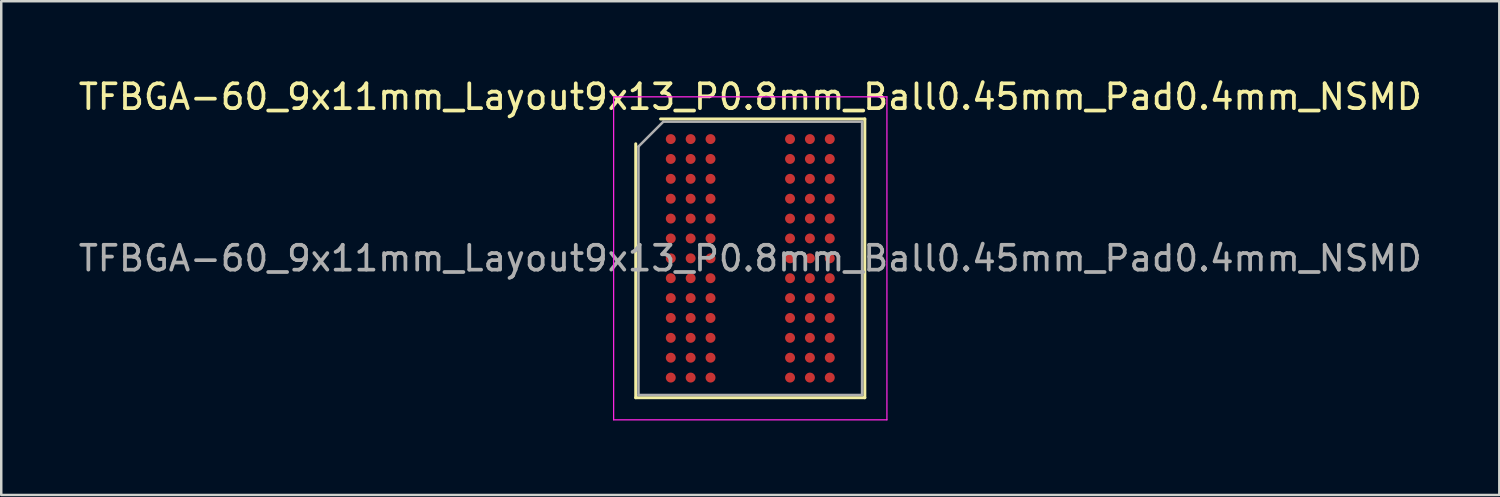
<source format=kicad_pcb>
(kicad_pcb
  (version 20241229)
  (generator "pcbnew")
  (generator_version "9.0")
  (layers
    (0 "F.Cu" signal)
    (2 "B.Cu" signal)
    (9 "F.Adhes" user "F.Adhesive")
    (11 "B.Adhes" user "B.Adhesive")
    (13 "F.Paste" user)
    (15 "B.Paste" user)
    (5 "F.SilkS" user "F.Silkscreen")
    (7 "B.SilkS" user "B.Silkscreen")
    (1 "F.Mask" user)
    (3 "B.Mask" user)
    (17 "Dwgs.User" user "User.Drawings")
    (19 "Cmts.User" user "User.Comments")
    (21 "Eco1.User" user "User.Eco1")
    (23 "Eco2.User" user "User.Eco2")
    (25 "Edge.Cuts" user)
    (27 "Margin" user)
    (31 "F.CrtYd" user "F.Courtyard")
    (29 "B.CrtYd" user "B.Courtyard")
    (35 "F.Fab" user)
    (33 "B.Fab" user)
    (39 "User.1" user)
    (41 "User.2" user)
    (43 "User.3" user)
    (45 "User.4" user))
  (footprint "TFBGA-60_9x11mm_Layout9x13_P0.8mm_Ball0.45mm_Pad0.4mm_NSMD"
    (layer "F.Cu")
    (at 27.149 7.348)
    (property "Reference" "TFBGA-60_9x11mm_Layout9x13_P0.8mm_Ball0.45mm_Pad0.4mm_NSMD" (at 0 -6.5 0) (layer "F.SilkS") (effects (font (size 1 1) (thickness 0.15))))
    (attr smd)
    (fp_line (start -4.61 5.61) (end -4.61 -4.61) (stroke (width 0.12) (type solid)) (layer "F.SilkS"))
    (fp_line (start -3.61 -5.61) (end 4.61 -5.61) (stroke (width 0.12) (type solid)) (layer "F.SilkS"))
    (fp_line (start 4.61 -5.61) (end 4.61 5.61) (stroke (width 0.12) (type solid)) (layer "F.SilkS"))
    (fp_line (start 4.61 5.61) (end -4.61 5.61) (stroke (width 0.12) (type solid)) (layer "F.SilkS"))
    (fp_line (start -5.5 -6.5) (end -5.5 6.5) (stroke (width 0.05) (type solid)) (layer "F.CrtYd"))
    (fp_line (start -5.5 6.5) (end 5.5 6.5) (stroke (width 0.05) (type solid)) (layer "F.CrtYd"))
    (fp_line (start 5.5 -6.5) (end -5.5 -6.5) (stroke (width 0.05) (type solid)) (layer "F.CrtYd"))
    (fp_line (start 5.5 6.5) (end 5.5 -6.5) (stroke (width 0.05) (type solid)) (layer "F.CrtYd"))
    (fp_line (start -4.5 -4.5) (end -3.5 -5.5) (stroke (width 0.1) (type solid)) (layer "F.Fab"))
    (fp_line (start -4.5 5.5) (end -4.5 -4.5) (stroke (width 0.1) (type solid)) (layer "F.Fab"))
    (fp_line (start -3.5 -5.5) (end 4.5 -5.5) (stroke (width 0.1) (type solid)) (layer "F.Fab"))
    (fp_line (start 4.5 -5.5) (end 4.5 5.5) (stroke (width 0.1) (type solid)) (layer "F.Fab"))
    (fp_line (start 4.5 5.5) (end -4.5 5.5) (stroke (width 0.1) (type solid)) (layer "F.Fab"))
    (fp_text user "${REFERENCE}" (at 0 0 0) (layer "F.Fab") (effects (font (size 1 1) (thickness 0.15))))
    (pad "A1" smd circle (at -3.2 -4.8) (size 0.4 0.4) (layers "F.Cu" "F.Mask" "F.Paste"))
    (pad "A2" smd circle (at -2.4 -4.8) (size 0.4 0.4) (layers "F.Cu" "F.Mask" "F.Paste"))
    (pad "A3" smd circle (at -1.6 -4.8) (size 0.4 0.4) (layers "F.Cu" "F.Mask" "F.Paste"))
    (pad "A7" smd circle (at 1.6 -4.8) (size 0.4 0.4) (layers "F.Cu" "F.Mask" "F.Paste"))
    (pad "A8" smd circle (at 2.4 -4.8) (size 0.4 0.4) (layers "F.Cu" "F.Mask" "F.Paste"))
    (pad "A9" smd circle (at 3.2 -4.8) (size 0.4 0.4) (layers "F.Cu" "F.Mask" "F.Paste"))
    (pad "B1" smd circle (at -3.2 -4) (size 0.4 0.4) (layers "F.Cu" "F.Mask" "F.Paste"))
    (pad "B2" smd circle (at -2.4 -4) (size 0.4 0.4) (layers "F.Cu" "F.Mask" "F.Paste"))
    (pad "B3" smd circle (at -1.6 -4) (size 0.4 0.4) (layers "F.Cu" "F.Mask" "F.Paste"))
    (pad "B7" smd circle (at 1.6 -4) (size 0.4 0.4) (layers "F.Cu" "F.Mask" "F.Paste"))
    (pad "B8" smd circle (at 2.4 -4) (size 0.4 0.4) (layers "F.Cu" "F.Mask" "F.Paste"))
    (pad "B9" smd circle (at 3.2 -4) (size 0.4 0.4) (layers "F.Cu" "F.Mask" "F.Paste"))
    (pad "C1" smd circle (at -3.2 -3.2) (size 0.4 0.4) (layers "F.Cu" "F.Mask" "F.Paste"))
    (pad "C2" smd circle (at -2.4 -3.2) (size 0.4 0.4) (layers "F.Cu" "F.Mask" "F.Paste"))
    (pad "C3" smd circle (at -1.6 -3.2) (size 0.4 0.4) (layers "F.Cu" "F.Mask" "F.Paste"))
    (pad "C7" smd circle (at 1.6 -3.2) (size 0.4 0.4) (layers "F.Cu" "F.Mask" "F.Paste"))
    (pad "C8" smd circle (at 2.4 -3.2) (size 0.4 0.4) (layers "F.Cu" "F.Mask" "F.Paste"))
    (pad "C9" smd circle (at 3.2 -3.2) (size 0.4 0.4) (layers "F.Cu" "F.Mask" "F.Paste"))
    (pad "D1" smd circle (at -3.2 -2.4) (size 0.4 0.4) (layers "F.Cu" "F.Mask" "F.Paste"))
    (pad "D2" smd circle (at -2.4 -2.4) (size 0.4 0.4) (layers "F.Cu" "F.Mask" "F.Paste"))
    (pad "D3" smd circle (at -1.6 -2.4) (size 0.4 0.4) (layers "F.Cu" "F.Mask" "F.Paste"))
    (pad "D7" smd circle (at 1.6 -2.4) (size 0.4 0.4) (layers "F.Cu" "F.Mask" "F.Paste"))
    (pad "D8" smd circle (at 2.4 -2.4) (size 0.4 0.4) (layers "F.Cu" "F.Mask" "F.Paste"))
    (pad "D9" smd circle (at 3.2 -2.4) (size 0.4 0.4) (layers "F.Cu" "F.Mask" "F.Paste"))
    (pad "E1" smd circle (at -3.2 -1.6) (size 0.4 0.4) (layers "F.Cu" "F.Mask" "F.Paste"))
    (pad "E2" smd circle (at -2.4 -1.6) (size 0.4 0.4) (layers "F.Cu" "F.Mask" "F.Paste"))
    (pad "E3" smd circle (at -1.6 -1.6) (size 0.4 0.4) (layers "F.Cu" "F.Mask" "F.Paste"))
    (pad "E7" smd circle (at 1.6 -1.6) (size 0.4 0.4) (layers "F.Cu" "F.Mask" "F.Paste"))
    (pad "E8" smd circle (at 2.4 -1.6) (size 0.4 0.4) (layers "F.Cu" "F.Mask" "F.Paste"))
    (pad "E9" smd circle (at 3.2 -1.6) (size 0.4 0.4) (layers "F.Cu" "F.Mask" "F.Paste"))
    (pad "F1" smd circle (at -3.2 -0.8) (size 0.4 0.4) (layers "F.Cu" "F.Mask" "F.Paste"))
    (pad "F2" smd circle (at -2.4 -0.8) (size 0.4 0.4) (layers "F.Cu" "F.Mask" "F.Paste"))
    (pad "F3" smd circle (at -1.6 -0.8) (size 0.4 0.4) (layers "F.Cu" "F.Mask" "F.Paste"))
    (pad "F7" smd circle (at 1.6 -0.8) (size 0.4 0.4) (layers "F.Cu" "F.Mask" "F.Paste"))
    (pad "F8" smd circle (at 2.4 -0.8) (size 0.4 0.4) (layers "F.Cu" "F.Mask" "F.Paste"))
    (pad "F9" smd circle (at 3.2 -0.8) (size 0.4 0.4) (layers "F.Cu" "F.Mask" "F.Paste"))
    (pad "G1" smd circle (at -3.2 0) (size 0.4 0.4) (layers "F.Cu" "F.Mask" "F.Paste"))
    (pad "G2" smd circle (at -2.4 0) (size 0.4 0.4) (layers "F.Cu" "F.Mask" "F.Paste"))
    (pad "G3" smd circle (at -1.6 0) (size 0.4 0.4) (layers "F.Cu" "F.Mask" "F.Paste"))
    (pad "G7" smd circle (at 1.6 0) (size 0.4 0.4) (layers "F.Cu" "F.Mask" "F.Paste"))
    (pad "G8" smd circle (at 2.4 0) (size 0.4 0.4) (layers "F.Cu" "F.Mask" "F.Paste"))
    (pad "G9" smd circle (at 3.2 0) (size 0.4 0.4) (layers "F.Cu" "F.Mask" "F.Paste"))
    (pad "H1" smd circle (at -3.2 0.8) (size 0.4 0.4) (layers "F.Cu" "F.Mask" "F.Paste"))
    (pad "H2" smd circle (at -2.4 0.8) (size 0.4 0.4) (layers "F.Cu" "F.Mask" "F.Paste"))
    (pad "H3" smd circle (at -1.6 0.8) (size 0.4 0.4) (layers "F.Cu" "F.Mask" "F.Paste"))
    (pad "H7" smd circle (at 1.6 0.8) (size 0.4 0.4) (layers "F.Cu" "F.Mask" "F.Paste"))
    (pad "H8" smd circle (at 2.4 0.8) (size 0.4 0.4) (layers "F.Cu" "F.Mask" "F.Paste"))
    (pad "H9" smd circle (at 3.2 0.8) (size 0.4 0.4) (layers "F.Cu" "F.Mask" "F.Paste"))
    (pad "J1" smd circle (at -3.2 1.6) (size 0.4 0.4) (layers "F.Cu" "F.Mask" "F.Paste"))
    (pad "J2" smd circle (at -2.4 1.6) (size 0.4 0.4) (layers "F.Cu" "F.Mask" "F.Paste"))
    (pad "J3" smd circle (at -1.6 1.6) (size 0.4 0.4) (layers "F.Cu" "F.Mask" "F.Paste"))
    (pad "J7" smd circle (at 1.6 1.6) (size 0.4 0.4) (layers "F.Cu" "F.Mask" "F.Paste"))
    (pad "J8" smd circle (at 2.4 1.6) (size 0.4 0.4) (layers "F.Cu" "F.Mask" "F.Paste"))
    (pad "J9" smd circle (at 3.2 1.6) (size 0.4 0.4) (layers "F.Cu" "F.Mask" "F.Paste"))
    (pad "K1" smd circle (at -3.2 2.4) (size 0.4 0.4) (layers "F.Cu" "F.Mask" "F.Paste"))
    (pad "K2" smd circle (at -2.4 2.4) (size 0.4 0.4) (layers "F.Cu" "F.Mask" "F.Paste"))
    (pad "K3" smd circle (at -1.6 2.4) (size 0.4 0.4) (layers "F.Cu" "F.Mask" "F.Paste"))
    (pad "K7" smd circle (at 1.6 2.4) (size 0.4 0.4) (layers "F.Cu" "F.Mask" "F.Paste"))
    (pad "K8" smd circle (at 2.4 2.4) (size 0.4 0.4) (layers "F.Cu" "F.Mask" "F.Paste"))
    (pad "K9" smd circle (at 3.2 2.4) (size 0.4 0.4) (layers "F.Cu" "F.Mask" "F.Paste"))
    (pad "L1" smd circle (at -3.2 3.2) (size 0.4 0.4) (layers "F.Cu" "F.Mask" "F.Paste"))
    (pad "L2" smd circle (at -2.4 3.2) (size 0.4 0.4) (layers "F.Cu" "F.Mask" "F.Paste"))
    (pad "L3" smd circle (at -1.6 3.2) (size 0.4 0.4) (layers "F.Cu" "F.Mask" "F.Paste"))
    (pad "L7" smd circle (at 1.6 3.2) (size 0.4 0.4) (layers "F.Cu" "F.Mask" "F.Paste"))
    (pad "L8" smd circle (at 2.4 3.2) (size 0.4 0.4) (layers "F.Cu" "F.Mask" "F.Paste"))
    (pad "L9" smd circle (at 3.2 3.2) (size 0.4 0.4) (layers "F.Cu" "F.Mask" "F.Paste"))
    (pad "M1" smd circle (at -3.2 4) (size 0.4 0.4) (layers "F.Cu" "F.Mask" "F.Paste"))
    (pad "M2" smd circle (at -2.4 4) (size 0.4 0.4) (layers "F.Cu" "F.Mask" "F.Paste"))
    (pad "M3" smd circle (at -1.6 4) (size 0.4 0.4) (layers "F.Cu" "F.Mask" "F.Paste"))
    (pad "M7" smd circle (at 1.6 4) (size 0.4 0.4) (layers "F.Cu" "F.Mask" "F.Paste"))
    (pad "M8" smd circle (at 2.4 4) (size 0.4 0.4) (layers "F.Cu" "F.Mask" "F.Paste"))
    (pad "M9" smd circle (at 3.2 4) (size 0.4 0.4) (layers "F.Cu" "F.Mask" "F.Paste"))
    (pad "N1" smd circle (at -3.2 4.8) (size 0.4 0.4) (layers "F.Cu" "F.Mask" "F.Paste"))
    (pad "N2" smd circle (at -2.4 4.8) (size 0.4 0.4) (layers "F.Cu" "F.Mask" "F.Paste"))
    (pad "N3" smd circle (at -1.6 4.8) (size 0.4 0.4) (layers "F.Cu" "F.Mask" "F.Paste"))
    (pad "N7" smd circle (at 1.6 4.8) (size 0.4 0.4) (layers "F.Cu" "F.Mask" "F.Paste"))
    (pad "N8" smd circle (at 2.4 4.8) (size 0.4 0.4) (layers "F.Cu" "F.Mask" "F.Paste"))
    (pad "N9" smd circle (at 3.2 4.8) (size 0.4 0.4) (layers "F.Cu" "F.Mask" "F.Paste")))
  (gr_rect
    (start -3 -3)
    (end 57.298 16.873)
    (stroke (width 0.1) (type default))
    (fill no)
    (layer "Edge.Cuts")))
</source>
